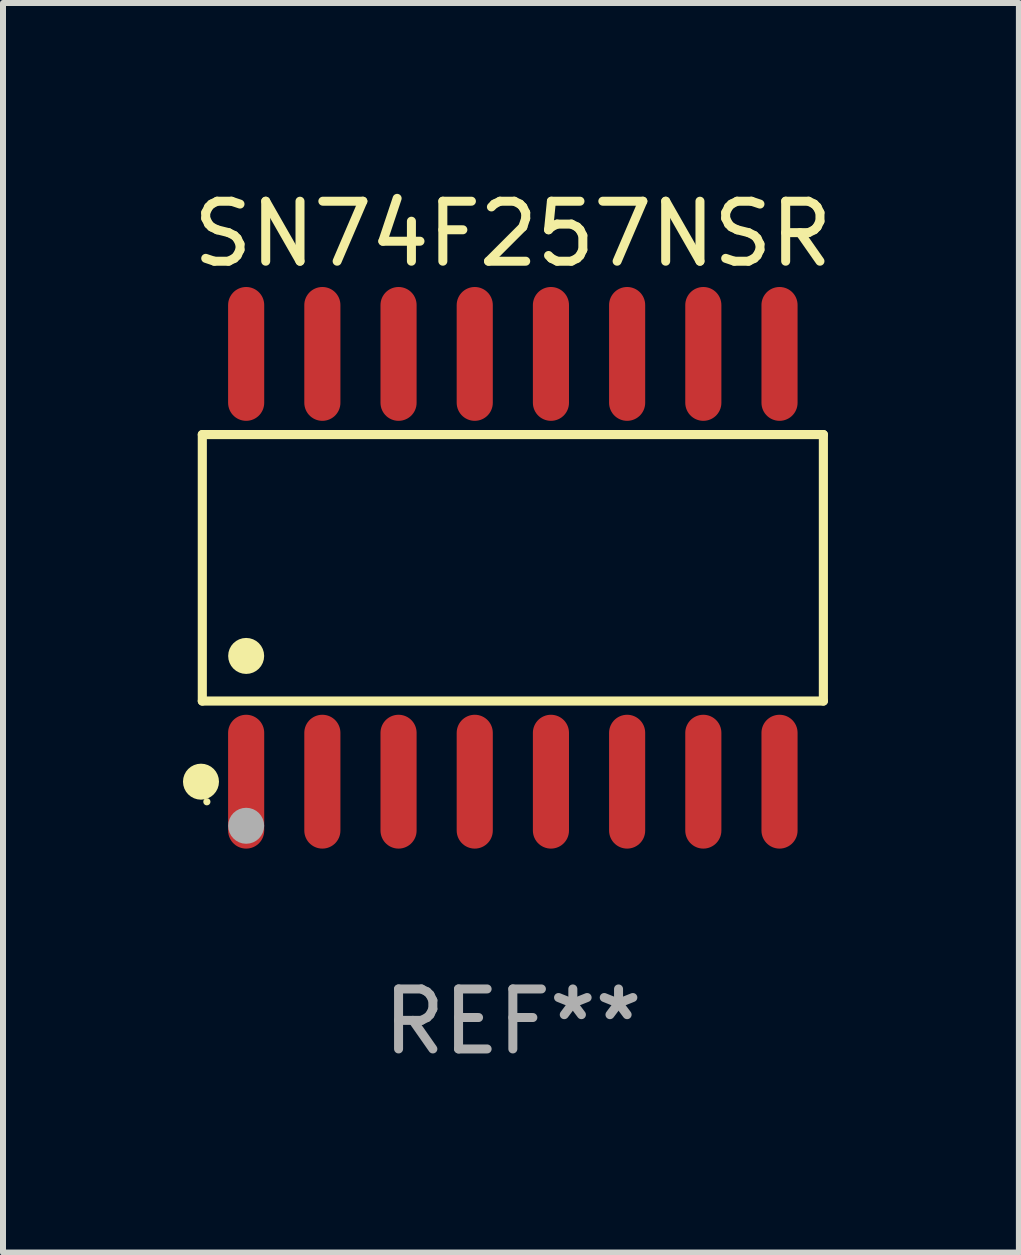
<source format=kicad_pcb>
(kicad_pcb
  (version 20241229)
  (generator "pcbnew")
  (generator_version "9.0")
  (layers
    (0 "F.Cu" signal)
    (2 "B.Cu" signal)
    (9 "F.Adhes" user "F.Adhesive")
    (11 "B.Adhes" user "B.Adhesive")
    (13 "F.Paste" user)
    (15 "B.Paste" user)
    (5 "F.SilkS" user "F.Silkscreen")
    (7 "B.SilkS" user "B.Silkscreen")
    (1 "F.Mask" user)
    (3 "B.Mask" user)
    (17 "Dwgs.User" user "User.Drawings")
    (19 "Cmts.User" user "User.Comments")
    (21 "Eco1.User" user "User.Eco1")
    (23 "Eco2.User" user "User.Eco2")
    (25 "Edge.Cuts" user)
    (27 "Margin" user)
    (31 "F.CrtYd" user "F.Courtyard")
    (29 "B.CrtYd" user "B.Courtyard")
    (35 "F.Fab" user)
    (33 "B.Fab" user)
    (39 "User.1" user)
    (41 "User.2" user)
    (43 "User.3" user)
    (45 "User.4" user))
  (footprint "SN74F257NSR"
    (layer "F.Cu")
    (at 5.498 6.414)
    (property "Reference" "SN74F257NSR" (at 0 -5.565 0) (layer "F.SilkS") (effects (font (size 1 1) (thickness 0.15))))
    (attr through_hole)
    (fp_line (start -5.176 -2.221) (end 5.176 -2.221) (stroke (width 0.152) (type solid)) (layer "F.SilkS"))
    (fp_line (start -5.176 2.221) (end -5.176 -2.221) (stroke (width 0.152) (type solid)) (layer "F.SilkS"))
    (fp_line (start 5.176 -2.221) (end 5.176 2.221) (stroke (width 0.152) (type solid)) (layer "F.SilkS"))
    (fp_line (start 5.176 2.221) (end -5.176 2.221) (stroke (width 0.152) (type solid)) (layer "F.SilkS"))
    (fp_circle (center -5.198 3.565) (end -5.048 3.565) (stroke (width 0.3) (type solid)) (fill no) (layer "F.SilkS"))
    (fp_circle (center -5.1 3.9) (end -5.07 3.9) (stroke (width 0.06) (type solid)) (fill no) (layer "F.SilkS"))
    (fp_circle (center -4.445 1.469) (end -4.295 1.469) (stroke (width 0.3) (type solid)) (fill no) (layer "F.SilkS"))
    (fp_circle (center -4.445 4.3) (end -4.295 4.3) (stroke (width 0.3) (type solid)) (fill no) (layer "F.Fab"))
    (fp_text user "REF**" (at 0 7.565 0) (layer "F.Fab") (effects (font (size 1 1) (thickness 0.15))))
    (pad "1" smd oval (at -4.445 3.565) (size 0.602 2.231) (layers "F.Cu" "F.Mask" "F.Paste"))
    (pad "2" smd oval (at -3.175 3.565) (size 0.602 2.231) (layers "F.Cu" "F.Mask" "F.Paste"))
    (pad "3" smd oval (at -1.905 3.565) (size 0.602 2.231) (layers "F.Cu" "F.Mask" "F.Paste"))
    (pad "4" smd oval (at -0.635 3.565) (size 0.602 2.231) (layers "F.Cu" "F.Mask" "F.Paste"))
    (pad "5" smd oval (at 0.635 3.565) (size 0.602 2.231) (layers "F.Cu" "F.Mask" "F.Paste"))
    (pad "6" smd oval (at 1.905 3.565) (size 0.602 2.231) (layers "F.Cu" "F.Mask" "F.Paste"))
    (pad "7" smd oval (at 3.175 3.565) (size 0.602 2.231) (layers "F.Cu" "F.Mask" "F.Paste"))
    (pad "8" smd oval (at 4.445 3.565) (size 0.602 2.231) (layers "F.Cu" "F.Mask" "F.Paste"))
    (pad "9" smd oval (at 4.445 -3.565) (size 0.602 2.231) (layers "F.Cu" "F.Mask" "F.Paste"))
    (pad "10" smd oval (at 3.175 -3.565) (size 0.602 2.231) (layers "F.Cu" "F.Mask" "F.Paste"))
    (pad "11" smd oval (at 1.905 -3.565) (size 0.602 2.231) (layers "F.Cu" "F.Mask" "F.Paste"))
    (pad "12" smd oval (at 0.635 -3.565) (size 0.602 2.231) (layers "F.Cu" "F.Mask" "F.Paste"))
    (pad "13" smd oval (at -0.635 -3.565) (size 0.602 2.231) (layers "F.Cu" "F.Mask" "F.Paste"))
    (pad "14" smd oval (at -1.905 -3.565) (size 0.602 2.231) (layers "F.Cu" "F.Mask" "F.Paste"))
    (pad "15" smd oval (at -3.175 -3.565) (size 0.602 2.231) (layers "F.Cu" "F.Mask" "F.Paste"))
    (pad "16" smd oval (at -4.445 -3.565) (size 0.602 2.231) (layers "F.Cu" "F.Mask" "F.Paste")))
  (gr_rect
    (start -3 -3)
    (end 13.933 17.827)
    (stroke (width 0.1) (type default))
    (fill no)
    (layer "Edge.Cuts")))
</source>
